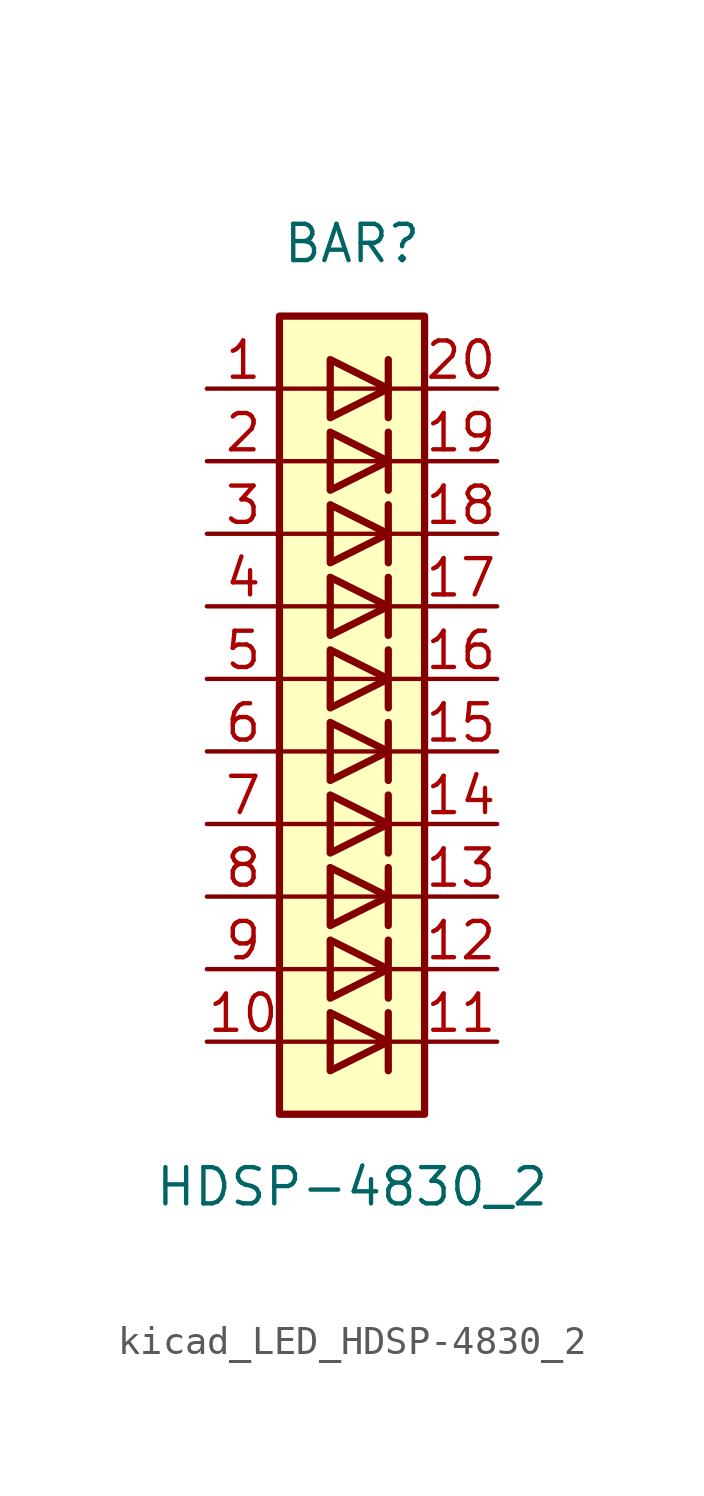
<source format=kicad_sym>
(kicad_symbol_lib
  (version 20220914)
  (generator kicad_symbol_editor)
  (symbol "kicad_LED_HDSP-4830_2"
    (pin_names
      (offset 1.016) hide)
    (property "Reference" "BAR"
      (at 0 15.24 0)
      (effects (font (size 1.27 1.27))))
    (property "Value" "HDSP-4830_2"
      (at 0 -17.78 0)
      (effects (font (size 1.27 1.27))))
    (symbol "kicad_LED_HDSP-4830_2_0_1"
      (rectangle (start -2.54 12.7) (end 2.54 -15.24) (stroke (width 0.254) (type default)) (fill (type background)))
      (polyline (pts (xy -2.54 -12.7) (xy 2.54 -12.7)) (stroke (width 0) (type default)) (fill (type none)))
      (polyline (pts (xy -2.54 -10.16) (xy 2.54 -10.16)) (stroke (width 0) (type default)) (fill (type none)))
      (polyline (pts (xy -2.54 -7.62) (xy 2.54 -7.62)) (stroke (width 0) (type default)) (fill (type none)))
      (polyline (pts (xy -2.54 -5.08) (xy 2.54 -5.08)) (stroke (width 0) (type default)) (fill (type none)))
      (polyline (pts (xy -2.54 0) (xy 2.54 0)) (stroke (width 0) (type default)) (fill (type none)))
      (polyline (pts (xy -2.54 5.08) (xy 2.54 5.08)) (stroke (width 0) (type default)) (fill (type none)))
      (polyline (pts (xy -2.54 7.62) (xy 2.54 7.62)) (stroke (width 0) (type default)) (fill (type none)))
      (polyline (pts (xy -2.54 10.16) (xy 2.54 10.16)) (stroke (width 0) (type default)) (fill (type none)))
      (polyline (pts (xy 1.27 -11.684) (xy 1.27 -13.716)) (stroke (width 0.254) (type default)) (fill (type none)))
      (polyline (pts (xy 1.27 -9.144) (xy 1.27 -11.176)) (stroke (width 0.254) (type default)) (fill (type none)))
      (polyline (pts (xy 1.27 -6.604) (xy 1.27 -8.636)) (stroke (width 0.254) (type default)) (fill (type none)))
      (polyline (pts (xy 1.27 -4.064) (xy 1.27 -6.096)) (stroke (width 0.254) (type default)) (fill (type none)))
      (polyline (pts (xy 1.27 -1.524) (xy 1.27 -3.556)) (stroke (width 0.254) (type default)) (fill (type none)))
      (polyline (pts (xy 1.27 1.016) (xy 1.27 -1.016)) (stroke (width 0.254) (type default)) (fill (type none)))
      (polyline (pts (xy 1.27 3.556) (xy 1.27 1.524)) (stroke (width 0.254) (type default)) (fill (type none)))
      (polyline (pts (xy 1.27 6.096) (xy 1.27 4.064)) (stroke (width 0.254) (type default)) (fill (type none)))
      (polyline (pts (xy 1.27 8.636) (xy 1.27 6.604)) (stroke (width 0.254) (type default)) (fill (type none)))
      (polyline (pts (xy 1.27 11.176) (xy 1.27 9.144)) (stroke (width 0.254) (type default)) (fill (type none)))
      (polyline (pts (xy 2.54 -2.54) (xy -2.54 -2.54)) (stroke (width 0) (type default)) (fill (type none)))
      (polyline (pts (xy 2.54 2.54) (xy -2.54 2.54)) (stroke (width 0) (type default)) (fill (type none)))
      (polyline (pts (xy -0.762 -11.684) (xy -0.762 -13.716) (xy 1.27 -12.7) (xy -0.762 -11.684)) (stroke (width 0.254) (type default)) (fill (type none)))
      (polyline (pts (xy -0.762 -9.144) (xy -0.762 -11.176) (xy 1.27 -10.16) (xy -0.762 -9.144)) (stroke (width 0.254) (type default)) (fill (type none)))
      (polyline (pts (xy -0.762 -6.604) (xy -0.762 -8.636) (xy 1.27 -7.62) (xy -0.762 -6.604)) (stroke (width 0.254) (type default)) (fill (type none)))
      (polyline (pts (xy -0.762 -4.064) (xy -0.762 -6.096) (xy 1.27 -5.08) (xy -0.762 -4.064)) (stroke (width 0.254) (type default)) (fill (type none)))
      (polyline (pts (xy -0.762 -1.524) (xy -0.762 -3.556) (xy 1.27 -2.54) (xy -0.762 -1.524)) (stroke (width 0.254) (type default)) (fill (type none)))
      (polyline (pts (xy -0.762 1.016) (xy -0.762 -1.016) (xy 1.27 0) (xy -0.762 1.016)) (stroke (width 0.254) (type default)) (fill (type none)))
      (polyline (pts (xy -0.762 3.556) (xy -0.762 1.524) (xy 1.27 2.54) (xy -0.762 3.556)) (stroke (width 0.254) (type default)) (fill (type none)))
      (polyline (pts (xy -0.762 6.096) (xy -0.762 4.064) (xy 1.27 5.08) (xy -0.762 6.096)) (stroke (width 0.254) (type default)) (fill (type none)))
      (polyline (pts (xy -0.762 8.636) (xy -0.762 6.604) (xy 1.27 7.62) (xy -0.762 8.636)) (stroke (width 0.254) (type default)) (fill (type none)))
      (polyline (pts (xy -0.762 11.176) (xy -0.762 9.144) (xy 1.27 10.16) (xy -0.762 11.176)) (stroke (width 0.254) (type default)) (fill (type none))))
    (symbol "kicad_LED_HDSP-4830_2_1_1"
      (pin passive line (at -5.08 10.16 0) (length 2.54) (name "A" (effects (font (size 1.27 1.27)))) (number "1" (effects (font (size 1.27 1.27)))))
      (pin passive line (at -5.08 -12.7 0) (length 2.54) (name "A" (effects (font (size 1.27 1.27)))) (number "10" (effects (font (size 1.27 1.27)))))
      (pin passive line (at 5.08 -12.7 180) (length 2.54) (name "K" (effects (font (size 1.27 1.27)))) (number "11" (effects (font (size 1.27 1.27)))))
      (pin passive line (at 5.08 -10.16 180) (length 2.54) (name "K" (effects (font (size 1.27 1.27)))) (number "12" (effects (font (size 1.27 1.27)))))
      (pin passive line (at 5.08 -7.62 180) (length 2.54) (name "K" (effects (font (size 1.27 1.27)))) (number "13" (effects (font (size 1.27 1.27)))))
      (pin passive line (at 5.08 -5.08 180) (length 2.54) (name "K" (effects (font (size 1.27 1.27)))) (number "14" (effects (font (size 1.27 1.27)))))
      (pin passive line (at 5.08 -2.54 180) (length 2.54) (name "K" (effects (font (size 1.27 1.27)))) (number "15" (effects (font (size 1.27 1.27)))))
      (pin passive line (at 5.08 0 180) (length 2.54) (name "K" (effects (font (size 1.27 1.27)))) (number "16" (effects (font (size 1.27 1.27)))))
      (pin passive line (at 5.08 2.54 180) (length 2.54) (name "K" (effects (font (size 1.27 1.27)))) (number "17" (effects (font (size 1.27 1.27)))))
      (pin passive line (at 5.08 5.08 180) (length 2.54) (name "K" (effects (font (size 1.27 1.27)))) (number "18" (effects (font (size 1.27 1.27)))))
      (pin passive line (at 5.08 7.62 180) (length 2.54) (name "K" (effects (font (size 1.27 1.27)))) (number "19" (effects (font (size 1.27 1.27)))))
      (pin passive line (at -5.08 7.62 0) (length 2.54) (name "A" (effects (font (size 1.27 1.27)))) (number "2" (effects (font (size 1.27 1.27)))))
      (pin passive line (at 5.08 10.16 180) (length 2.54) (name "K" (effects (font (size 1.27 1.27)))) (number "20" (effects (font (size 1.27 1.27)))))
      (pin passive line (at -5.08 5.08 0) (length 2.54) (name "A" (effects (font (size 1.27 1.27)))) (number "3" (effects (font (size 1.27 1.27)))))
      (pin passive line (at -5.08 2.54 0) (length 2.54) (name "A" (effects (font (size 1.27 1.27)))) (number "4" (effects (font (size 1.27 1.27)))))
      (pin passive line (at -5.08 0 0) (length 2.54) (name "A" (effects (font (size 1.27 1.27)))) (number "5" (effects (font (size 1.27 1.27)))))
      (pin passive line (at -5.08 -2.54 0) (length 2.54) (name "A" (effects (font (size 1.27 1.27)))) (number "6" (effects (font (size 1.27 1.27)))))
      (pin passive line (at -5.08 -5.08 0) (length 2.54) (name "A" (effects (font (size 1.27 1.27)))) (number "7" (effects (font (size 1.27 1.27)))))
      (pin passive line (at -5.08 -7.62 0) (length 2.54) (name "A" (effects (font (size 1.27 1.27)))) (number "8" (effects (font (size 1.27 1.27)))))
      (pin passive line (at -5.08 -10.16 0) (length 2.54) (name "A" (effects (font (size 1.27 1.27)))) (number "9" (effects (font (size 1.27 1.27))))))))
</source>
